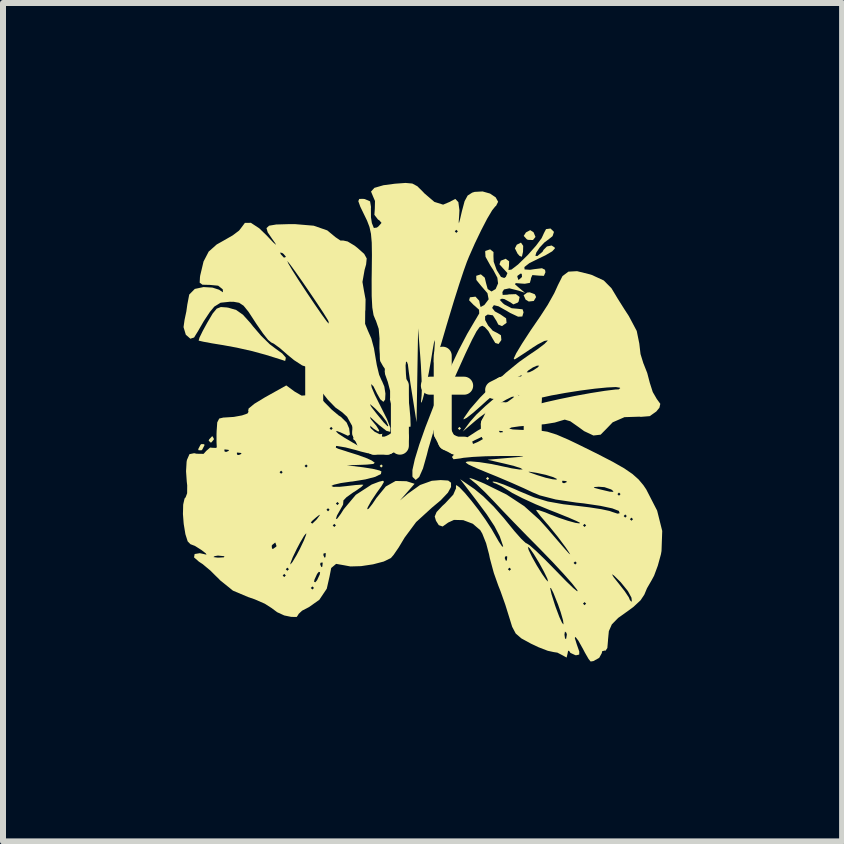
<source format=kicad_pcb>
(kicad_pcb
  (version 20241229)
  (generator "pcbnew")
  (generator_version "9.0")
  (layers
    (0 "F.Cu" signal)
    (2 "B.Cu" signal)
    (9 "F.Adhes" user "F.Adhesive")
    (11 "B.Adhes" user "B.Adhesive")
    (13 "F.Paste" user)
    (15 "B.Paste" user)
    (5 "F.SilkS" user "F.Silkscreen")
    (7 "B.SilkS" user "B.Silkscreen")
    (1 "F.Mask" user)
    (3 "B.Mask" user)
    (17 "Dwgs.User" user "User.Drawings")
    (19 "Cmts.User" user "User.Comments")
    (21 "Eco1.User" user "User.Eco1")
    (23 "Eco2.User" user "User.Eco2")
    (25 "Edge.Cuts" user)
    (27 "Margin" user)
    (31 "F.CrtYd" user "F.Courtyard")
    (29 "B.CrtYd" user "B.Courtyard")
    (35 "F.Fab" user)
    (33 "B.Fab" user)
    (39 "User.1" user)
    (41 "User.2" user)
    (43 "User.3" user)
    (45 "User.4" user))
  (footprint "luta"
    (layer "F.Cu")
    (at 4.01 3.702)
    (property "Reference" "luta" (at 0 0 0) (layer "F.SilkS") (effects (font (size 1.5 1.5) (thickness 0.3))))
    (attr board_only exclude_from_pos_files exclude_from_bom)
    (fp_poly (pts (xy -0.678 1.017) (xy -0.704 1.043) (xy -0.73 1.017) (xy -0.704 0.991)) (stroke (width 0) (type solid)) (fill yes) (layer "F.SilkS"))
    (fp_poly (pts (xy 0.626 0.391) (xy 0.6 0.417) (xy 0.574 0.391) (xy 0.6 0.365)) (stroke (width 0) (type solid)) (fill yes) (layer "F.SilkS"))
    (fp_poly (pts (xy 1.095 1.226) (xy 1.069 1.252) (xy 1.043 1.226) (xy 1.069 1.2)) (stroke (width 0) (type solid)) (fill yes) (layer "F.SilkS"))
    (fp_poly (pts (xy -3.655 0.654) (xy -3.651 0.672) (xy -3.689 0.746) (xy -3.703 0.756) (xy -3.751 0.754) (xy -3.755 0.736) (xy -3.717 0.663) (xy -3.703 0.652)) (stroke (width 0) (type solid)) (fill yes) (layer "F.SilkS"))
    (fp_poly (pts (xy -3.495 0.562) (xy -3.494 0.574) (xy -3.535 0.624) (xy -3.55 0.626) (xy -3.581 0.594) (xy -3.573 0.574) (xy -3.526 0.524) (xy -3.517 0.522)) (stroke (width 0) (type solid)) (fill yes) (layer "F.SilkS"))
    (fp_poly (pts (xy 1.663 -2.653) (xy 1.66 -2.552) (xy 1.641 -2.471) (xy 1.603 -2.485) (xy 1.569 -2.523) (xy 1.525 -2.611) (xy 1.556 -2.672) (xy 1.626 -2.707)) (stroke (width 0) (type solid)) (fill yes) (layer "F.SilkS"))
    (fp_poly (pts (xy 1.836 -2.879) (xy 1.868 -2.802) (xy 1.826 -2.75) (xy 1.742 -2.753) (xy 1.721 -2.764) (xy 1.672 -2.819) (xy 1.709 -2.877) (xy 1.78 -2.915)) (stroke (width 0) (type solid)) (fill yes) (layer "F.SilkS"))
    (fp_poly (pts (xy 1.858 -1.845) (xy 1.878 -1.799) (xy 1.839 -1.734) (xy 1.756 -1.725) (xy 1.704 -1.756) (xy 1.67 -1.83) (xy 1.729 -1.874) (xy 1.773 -1.878)) (stroke (width 0) (type solid)) (fill yes) (layer "F.SilkS"))
    (fp_poly (pts (xy -3.279 -1.626) (xy -3.25 -1.621) (xy -3.123 -1.584) (xy -3.01 -1.505) (xy -2.882 -1.363) (xy -2.845 -1.315) (xy -2.706 -1.153) (xy -2.562 -1.012) (xy -2.464 -0.938) (xy -2.355 -0.859) (xy -2.297 -0.793) (xy -2.295 -0.783) (xy -2.305 -0.735) (xy -2.308 -0.735) (xy -2.36 -0.752) (xy -2.484 -0.791) (xy -2.632 -0.837) (xy -2.851 -0.897) (xy -3.113 -0.956) (xy -3.336 -0.997) (xy -3.526 -1.028) (xy -3.671 -1.055) (xy -3.744 -1.072) (xy -3.748 -1.074) (xy -3.734 -1.123) (xy -3.679 -1.236) (xy -3.605 -1.371) (xy -3.514 -1.525) (xy -3.447 -1.606) (xy -3.378 -1.633)) (stroke (width 0) (type solid)) (fill yes) (layer "F.SilkS"))
    (fp_poly (pts (xy -0.186 -3.692) (xy -0.102 -3.647) (xy -0.009 -3.555) (xy 0.016 -3.528) (xy 0.182 -3.386) (xy 0.328 -3.34) (xy 0.449 -3.391) (xy 0.454 -3.396) (xy 0.532 -3.435) (xy 0.582 -3.382) (xy 0.6 -3.247) (xy 0.596 -3.168) (xy 0.588 -3.054) (xy 0.591 -3.029) (xy 0.61 -3.096) (xy 0.641 -3.23) (xy 0.686 -3.398) (xy 0.737 -3.492) (xy 0.812 -3.54) (xy 0.854 -3.553) (xy 0.986 -3.56) (xy 1.11 -3.525) (xy 1.204 -3.462) (xy 1.245 -3.388) (xy 1.21 -3.319) (xy 1.198 -3.311) (xy 1.145 -3.245) (xy 1.062 -3.105) (xy 0.963 -2.914) (xy 0.858 -2.696) (xy 0.759 -2.472) (xy 0.724 -2.386) (xy 0.671 -2.238) (xy 0.597 -2.015) (xy 0.511 -1.744) (xy 0.422 -1.45) (xy 0.386 -1.33) (xy 0.301 -1.039) (xy 0.24 -0.84) (xy 0.201 -0.726) (xy 0.179 -0.688) (xy 0.172 -0.718) (xy 0.175 -0.808) (xy 0.18 -0.887) (xy 0.189 -1.027) (xy 0.188 -1.082) (xy 0.177 -1.048) (xy 0.154 -0.919) (xy 0.123 -0.73) (xy 0.089 -0.538) (xy 0.052 -0.357) (xy 0.016 -0.203) (xy -0.014 -0.091) (xy -0.034 -0.036) (xy -0.041 -0.053) (xy -0.031 -0.156) (xy -0.027 -0.265) (xy -0.032 -0.446) (xy -0.043 -0.669) (xy -0.051 -0.782) (xy -0.089 -1.278) (xy -0.102 -0.495) (xy -0.115 0.287) (xy -0.185 -0.156) (xy -0.218 -0.367) (xy -0.243 -0.543) (xy -0.257 -0.655) (xy -0.259 -0.674) (xy -0.277 -0.723) (xy -0.291 -0.717) (xy -0.298 -0.656) (xy -0.292 -0.515) (xy -0.274 -0.319) (xy -0.259 -0.191) (xy -0.234 0.029) (xy -0.218 0.213) (xy -0.214 0.334) (xy -0.217 0.364) (xy -0.257 0.362) (xy -0.338 0.292) (xy -0.411 0.209) (xy -0.528 0.034) (xy -0.559 -0.094) (xy -0.556 -0.116) (xy -0.556 -0.237) (xy -0.595 -0.386) (xy -0.6 -0.399) (xy -0.64 -0.512) (xy -0.647 -0.571) (xy -0.643 -0.574) (xy -0.645 -0.606) (xy -0.673 -0.646) (xy -0.721 -0.731) (xy -0.726 -0.764) (xy -0.728 -0.855) (xy -0.729 -0.861) (xy -0.734 -0.944) (xy -0.733 -1.081) (xy -0.732 -1.104) (xy -0.746 -1.269) (xy -0.794 -1.41) (xy -0.799 -1.417) (xy -0.832 -1.498) (xy -0.853 -1.625) (xy -0.863 -1.815) (xy -0.864 -2.085) (xy -0.862 -2.217) (xy -0.859 -2.502) (xy -0.862 -2.706) (xy -0.875 -2.854) (xy -0.884 -2.895) (xy 0.522 -2.895) (xy 0.548 -2.869) (xy 0.574 -2.895) (xy 0.548 -2.921) (xy 0.522 -2.895) (xy -0.884 -2.895) (xy -0.9 -2.968) (xy -0.94 -3.073) (xy -0.973 -3.141) (xy -1.053 -3.306) (xy -1.086 -3.398) (xy -1.071 -3.435) (xy -1.01 -3.437) (xy -0.978 -3.433) (xy -0.89 -3.395) (xy -0.874 -3.299) (xy -0.876 -3.286) (xy -0.875 -3.129) (xy -0.86 -3.033) (xy -0.827 -2.951) (xy -0.776 -2.958) (xy -0.751 -2.977) (xy -0.699 -3.036) (xy -0.737 -3.08) (xy -0.757 -3.091) (xy -0.818 -3.17) (xy -0.811 -3.27) (xy -0.808 -3.401) (xy -0.84 -3.476) (xy -0.874 -3.558) (xy -0.818 -3.62) (xy -0.666 -3.664) (xy -0.476 -3.689) (xy -0.298 -3.702)) (stroke (width 0) (type solid)) (fill yes) (layer "F.SilkS"))
    (fp_poly (pts (xy 2.176 -2.886) (xy 2.176 -2.885) (xy 2.153 -2.815) (xy 2.097 -2.77) (xy 2.015 -2.708) (xy 1.937 -2.624) (xy 1.882 -2.542) (xy 1.866 -2.487) (xy 1.899 -2.483) (xy 1.985 -2.554) (xy 2.002 -2.586) (xy 2.059 -2.643) (xy 2.137 -2.659) (xy 2.188 -2.626) (xy 2.191 -2.609) (xy 2.147 -2.562) (xy 2.033 -2.495) (xy 1.93 -2.446) (xy 1.766 -2.365) (xy 1.683 -2.3) (xy 1.686 -2.26) (xy 1.777 -2.254) (xy 1.852 -2.265) (xy 1.976 -2.28) (xy 2.027 -2.254) (xy 2.034 -2.213) (xy 2.008 -2.153) (xy 1.916 -2.157) (xy 1.91 -2.158) (xy 1.816 -2.166) (xy 1.792 -2.113) (xy 1.792 -2.099) (xy 1.774 -2.036) (xy 1.689 -2.021) (xy 1.643 -2.024) (xy 1.538 -2.032) (xy 1.526 -2.012) (xy 1.591 -1.955) (xy 1.695 -1.869) (xy 1.591 -1.905) (xy 1.432 -1.945) (xy 1.343 -1.926) (xy 1.316 -1.883) (xy 1.321 -1.835) (xy 1.401 -1.839) (xy 1.424 -1.844) (xy 1.542 -1.848) (xy 1.603 -1.801) (xy 1.587 -1.725) (xy 1.571 -1.706) (xy 1.499 -1.677) (xy 1.45 -1.711) (xy 1.349 -1.766) (xy 1.307 -1.772) (xy 1.272 -1.753) (xy 1.326 -1.695) (xy 1.351 -1.675) (xy 1.471 -1.613) (xy 1.572 -1.604) (xy 1.653 -1.595) (xy 1.669 -1.545) (xy 1.648 -1.475) (xy 1.578 -1.472) (xy 1.445 -1.535) (xy 1.396 -1.564) (xy 1.252 -1.645) (xy 1.174 -1.664) (xy 1.148 -1.625) (xy 1.147 -1.616) (xy 1.191 -1.56) (xy 1.282 -1.511) (xy 1.378 -1.445) (xy 1.386 -1.37) (xy 1.31 -1.315) (xy 1.248 -1.34) (xy 1.216 -1.403) (xy 1.157 -1.495) (xy 1.071 -1.508) (xy 1.028 -1.48) (xy 1.028 -1.417) (xy 1.079 -1.324) (xy 1.155 -1.239) (xy 1.229 -1.2) (xy 1.232 -1.2) (xy 1.292 -1.162) (xy 1.299 -1.083) (xy 1.252 -1.017) (xy 1.197 -1.034) (xy 1.153 -1.107) (xy 1.082 -1.233) (xy 1.022 -1.299) (xy 0.981 -1.321) (xy 0.938 -1.301) (xy 0.885 -1.228) (xy 0.81 -1.087) (xy 0.704 -0.865) (xy 0.699 -0.854) (xy 0.479 -0.366) (xy 0.306 0.05) (xy 0.176 0.412) (xy 0.08 0.736) (xy 0.057 0.829) (xy -0.008 1.059) (xy -0.071 1.201) (xy -0.129 1.25) (xy -0.179 1.202) (xy -0.184 1.189) (xy -0.184 1.085) (xy -0.144 0.904) (xy -0.07 0.662) (xy 0.031 0.375) (xy 0.154 0.058) (xy 0.292 -0.273) (xy 0.438 -0.601) (xy 0.585 -0.91) (xy 0.729 -1.185) (xy 0.861 -1.41) (xy 0.87 -1.424) (xy 0.93 -1.526) (xy 0.927 -1.588) (xy 0.855 -1.653) (xy 0.84 -1.664) (xy 0.761 -1.746) (xy 0.775 -1.795) (xy 0.868 -1.806) (xy 0.93 -1.738) (xy 0.939 -1.686) (xy 0.953 -1.633) (xy 1.01 -1.664) (xy 1.017 -1.669) (xy 1.087 -1.762) (xy 1.067 -1.864) (xy 0.964 -1.983) (xy 0.882 -2.084) (xy 0.88 -2.153) (xy 0.881 -2.154) (xy 0.957 -2.178) (xy 1.022 -2.123) (xy 1.043 -2.034) (xy 1.071 -1.933) (xy 1.135 -1.892) (xy 1.202 -1.932) (xy 1.205 -1.936) (xy 1.244 -2.027) (xy 1.232 -2.123) (xy 1.162 -2.254) (xy 1.118 -2.321) (xy 1.035 -2.47) (xy 1.029 -2.56) (xy 1.035 -2.569) (xy 1.112 -2.595) (xy 1.168 -2.55) (xy 1.167 -2.48) (xy 1.171 -2.389) (xy 1.217 -2.26) (xy 1.226 -2.241) (xy 1.293 -2.135) (xy 1.347 -2.117) (xy 1.374 -2.136) (xy 1.375 -2.138) (xy 1.565 -2.138) (xy 1.582 -2.088) (xy 1.588 -2.086) (xy 1.632 -2.123) (xy 1.643 -2.138) (xy 1.639 -2.186) (xy 1.62 -2.191) (xy 1.567 -2.153) (xy 1.565 -2.138) (xy 1.375 -2.138) (xy 1.4 -2.199) (xy 1.337 -2.269) (xy 1.333 -2.272) (xy 1.267 -2.345) (xy 1.289 -2.405) (xy 1.37 -2.438) (xy 1.428 -2.396) (xy 1.426 -2.319) (xy 1.417 -2.25) (xy 1.468 -2.258) (xy 1.577 -2.342) (xy 1.737 -2.498) (xy 1.749 -2.511) (xy 1.877 -2.656) (xy 1.97 -2.781) (xy 2.007 -2.861) (xy 2.007 -2.863) (xy 2.044 -2.932) (xy 2.119 -2.942)) (stroke (width 0) (type solid)) (fill yes) (layer "F.SilkS"))
    (fp_poly (pts (xy -2.738 -2.946) (xy -2.619 -2.831) (xy -2.506 -2.712) (xy -2.458 -2.669) (xy -2.472 -2.698) (xy -2.525 -2.773) (xy -2.597 -2.879) (xy -2.617 -2.949) (xy -2.574 -2.989) (xy -2.455 -3.009) (xy -2.249 -3.015) (xy -2.139 -3.015) (xy -1.83 -2.989) (xy -1.604 -2.911) (xy -1.466 -2.797) (xy -1.384 -2.742) (xy -1.338 -2.742) (xy -1.264 -2.726) (xy -1.149 -2.657) (xy -1.097 -2.616) (xy -0.988 -2.519) (xy -0.946 -2.443) (xy -0.956 -2.343) (xy -0.981 -2.255) (xy -1.017 -2.051) (xy -0.992 -1.905) (xy -0.965 -1.76) (xy -0.968 -1.586) (xy -0.971 -1.562) (xy -0.973 -1.353) (xy -0.927 -1.24) (xy -0.869 -1.109) (xy -0.824 -0.941) (xy -0.82 -0.913) (xy -0.778 -0.666) (xy -0.739 -0.504) (xy -0.697 -0.408) (xy -0.691 -0.399) (xy -0.652 -0.306) (xy -0.634 -0.189) (xy -0.639 -0.09) (xy -0.668 -0.052) (xy -0.72 -0.095) (xy -0.779 -0.2) (xy -0.783 -0.21) (xy -0.834 -0.311) (xy -0.87 -0.346) (xy -0.873 -0.344) (xy -0.862 -0.29) (xy -0.811 -0.17) (xy -0.731 -0.009) (xy -0.725 0.002) (xy -0.608 0.235) (xy -0.551 0.383) (xy -0.554 0.448) (xy -0.618 0.431) (xy -0.743 0.332) (xy -0.804 0.277) (xy -0.907 0.182) (xy -0.948 0.151) (xy -0.921 0.187) (xy -0.899 0.211) (xy -0.786 0.346) (xy -0.737 0.426) (xy -0.753 0.445) (xy -0.832 0.394) (xy -0.9 0.336) (xy -1.069 0.183) (xy -0.918 0.35) (xy -0.814 0.446) (xy -0.73 0.488) (xy -0.709 0.485) (xy -0.68 0.48) (xy -0.692 0.496) (xy -0.687 0.56) (xy -0.624 0.654) (xy -0.617 0.661) (xy -0.538 0.763) (xy -0.532 0.806) (xy -0.588 0.79) (xy -0.69 0.709) (xy -0.719 0.682) (xy -0.814 0.593) (xy -0.853 0.578) (xy -0.849 0.626) (xy -0.841 0.693) (xy -0.882 0.704) (xy -0.985 0.672) (xy -1.114 0.616) (xy -1.175 0.567) (xy -1.159 0.54) (xy -1.061 0.547) (xy -0.965 0.564) (xy -0.967 0.554) (xy -1.033 0.524) (xy -1.137 0.437) (xy -1.205 0.32) (xy -1.273 0.197) (xy -1.352 0.124) (xy -1.468 0.042) (xy -1.522 -0.014) (xy -0.901 -0.014) (xy -0.853 0.053) (xy -0.783 0.143) (xy -0.663 0.29) (xy -0.597 0.357) (xy -0.587 0.343) (xy -0.619 0.274) (xy -0.691 0.178) (xy -0.8 0.064) (xy -0.813 0.052) (xy -0.887 -0.012) (xy -0.901 -0.014) (xy -1.522 -0.014) (xy -1.595 -0.089) (xy -1.714 -0.24) (xy -1.803 -0.385) (xy -1.843 -0.496) (xy -1.841 -0.52) (xy -1.842 -0.603) (xy -1.921 -0.626) (xy -1.925 -0.626) (xy -2.023 -0.66) (xy -2.158 -0.748) (xy -2.263 -0.834) (xy -2.392 -0.947) (xy -2.495 -1.022) (xy -2.539 -1.043) (xy -2.589 -1.084) (xy -2.675 -1.193) (xy -2.782 -1.347) (xy -2.805 -1.382) (xy -2.917 -1.554) (xy -2.999 -1.655) (xy -3.073 -1.704) (xy -3.162 -1.72) (xy -3.229 -1.721) (xy -3.382 -1.705) (xy -3.487 -1.64) (xy -3.56 -1.552) (xy -3.661 -1.4) (xy -3.746 -1.253) (xy -3.754 -1.239) (xy -3.824 -1.125) (xy -3.886 -1.105) (xy -3.962 -1.171) (xy -3.962 -1.171) (xy -4 -1.298) (xy -3.983 -1.419) (xy -3.953 -1.561) (xy -3.938 -1.667) (xy -3.938 -1.669) (xy -3.905 -1.841) (xy -3.812 -1.935) (xy -3.666 -1.966) (xy -3.517 -1.957) (xy -3.406 -1.921) (xy -3.397 -1.914) (xy -3.342 -1.879) (xy -3.346 -1.925) (xy -3.348 -1.93) (xy -3.423 -1.989) (xy -3.562 -2.002) (xy -3.685 -2.005) (xy -3.731 -2.039) (xy -3.726 -2.132) (xy -3.722 -2.159) (xy -3.666 -2.394) (xy -3.663 -2.399) (xy -2.27 -2.399) (xy -2.253 -2.359) (xy -2.188 -2.249) (xy -2.084 -2.085) (xy -1.953 -1.886) (xy -1.948 -1.878) (xy -1.812 -1.676) (xy -1.698 -1.511) (xy -1.616 -1.398) (xy -1.58 -1.356) (xy -1.58 -1.356) (xy -1.582 -1.392) (xy -1.597 -1.421) (xy -1.669 -1.537) (xy -1.773 -1.695) (xy -1.894 -1.874) (xy -2.018 -2.055) (xy -2.131 -2.216) (xy -2.218 -2.336) (xy -2.266 -2.396) (xy -2.27 -2.399) (xy -3.663 -2.399) (xy -3.589 -2.541) (xy -2.391 -2.541) (xy -2.378 -2.512) (xy -2.326 -2.456) (xy -2.295 -2.467) (xy -2.295 -2.474) (xy -2.332 -2.518) (xy -2.355 -2.535) (xy -2.391 -2.541) (xy -3.589 -2.541) (xy -3.582 -2.556) (xy -3.447 -2.676) (xy -3.328 -2.743) (xy -3.18 -2.828) (xy -3.075 -2.907) (xy -3.045 -2.945) (xy -2.977 -3.036) (xy -2.877 -3.037)) (stroke (width 0) (type solid)) (fill yes) (layer "F.SilkS"))
    (fp_poly (pts (xy -2.147 -0.223) (xy -2.031 -0.156) (xy -1.942 -0.162) (xy -1.912 -0.177) (xy -1.842 -0.2) (xy -1.768 -0.165) (xy -1.664 -0.06) (xy -1.652 -0.047) (xy -1.528 0.079) (xy -1.412 0.176) (xy -1.375 0.199) (xy -1.28 0.294) (xy -1.239 0.39) (xy -1.226 0.493) (xy -1.259 0.514) (xy -1.359 0.468) (xy -1.438 0.436) (xy -1.46 0.441) (xy -1.419 0.479) (xy -1.31 0.55) (xy -1.174 0.63) (xy -1.025 0.716) (xy -0.922 0.781) (xy -0.887 0.808) (xy -0.931 0.804) (xy -1.045 0.776) (xy -1.13 0.751) (xy -1.298 0.708) (xy -1.44 0.684) (xy -1.482 0.682) (xy -1.494 0.696) (xy -1.421 0.73) (xy -1.279 0.775) (xy -1.278 0.776) (xy -1.093 0.834) (xy -0.937 0.891) (xy -0.861 0.927) (xy -0.812 0.963) (xy -0.835 0.983) (xy -0.941 0.994) (xy -1.017 0.997) (xy -1.278 1.006) (xy -1.007 1.039) (xy -0.847 1.064) (xy -0.733 1.092) (xy -0.701 1.108) (xy -0.709 1.151) (xy -0.804 1.198) (xy -0.969 1.241) (xy -1.186 1.276) (xy -1.212 1.278) (xy -1.378 1.302) (xy -1.496 1.33) (xy -1.535 1.35) (xy -1.502 1.365) (xy -1.394 1.364) (xy -1.288 1.353) (xy -1.133 1.335) (xy -1.028 1.328) (xy -1.001 1.331) (xy -1.031 1.363) (xy -1.124 1.429) (xy -1.174 1.46) (xy -1.282 1.537) (xy -1.335 1.592) (xy -1.335 1.604) (xy -1.34 1.661) (xy -1.384 1.74) (xy -1.442 1.843) (xy -1.46 1.902) (xy -1.436 1.894) (xy -1.377 1.814) (xy -1.329 1.738) (xy -1.128 1.498) (xy -0.863 1.326) (xy -0.739 1.279) (xy -0.673 1.263) (xy -0.658 1.282) (xy -0.699 1.352) (xy -0.779 1.463) (xy -0.87 1.599) (xy -0.928 1.704) (xy -0.939 1.739) (xy -0.914 1.73) (xy -0.851 1.65) (xy -0.784 1.55) (xy -0.628 1.359) (xy -0.464 1.267) (xy -0.283 1.271) (xy -0.26 1.278) (xy -0.148 1.314) (xy -0.269 1.452) (xy -0.391 1.591) (xy -0.261 1.48) (xy -0.056 1.334) (xy 0.139 1.264) (xy 0.287 1.252) (xy 0.412 1.26) (xy 0.46 1.296) (xy 0.46 1.367) (xy 0.408 1.462) (xy 0.287 1.59) (xy 0.141 1.712) (xy -0.122 1.952) (xy -0.316 2.214) (xy -0.318 2.218) (xy -0.413 2.376) (xy -0.498 2.5) (xy -0.543 2.552) (xy -0.662 2.61) (xy -0.841 2.657) (xy -1.04 2.687) (xy -1.218 2.692) (xy -1.325 2.672) (xy -1.456 2.649) (xy -1.538 2.718) (xy -1.565 2.856) (xy -1.612 3.063) (xy -1.736 3.248) (xy -1.907 3.369) (xy -2.024 3.43) (xy -2.084 3.486) (xy -2.086 3.495) (xy -2.113 3.534) (xy -2.205 3.533) (xy -2.321 3.509) (xy -2.439 3.455) (xy -2.533 3.385) (xy -2.644 3.314) (xy -2.811 3.241) (xy -2.924 3.202) (xy -3.177 3.095) (xy -3.231 3.051) (xy -1.878 3.051) (xy -1.852 3.077) (xy -1.825 3.051) (xy -1.852 3.025) (xy -1.878 3.051) (xy -3.231 3.051) (xy -3.36 2.947) (xy -1.824 2.947) (xy -1.802 2.956) (xy -1.773 2.921) (xy -1.729 2.826) (xy -1.723 2.79) (xy -1.744 2.781) (xy -1.773 2.816) (xy -1.817 2.912) (xy -1.824 2.947) (xy -3.36 2.947) (xy -3.39 2.923) (xy -3.416 2.895) (xy -3.47 2.843) (xy -2.347 2.843) (xy -2.321 2.869) (xy -2.295 2.843) (xy -2.321 2.816) (xy -2.347 2.843) (xy -3.47 2.843) (xy -3.552 2.761) (xy -3.58 2.738) (xy -2.295 2.738) (xy -2.269 2.764) (xy -2.243 2.738) (xy -2.269 2.712) (xy -2.295 2.738) (xy -3.58 2.738) (xy -3.673 2.66) (xy -2.218 2.66) (xy -2.183 2.617) (xy -2.118 2.508) (xy -2.115 2.503) (xy -1.669 2.503) (xy -1.65 2.546) (xy -1.634 2.538) (xy -1.628 2.476) (xy -1.634 2.469) (xy -1.665 2.476) (xy -1.669 2.503) (xy -2.115 2.503) (xy -2.06 2.399) (xy -1.993 2.258) (xy -1.956 2.163) (xy -1.954 2.138) (xy -1.99 2.181) (xy -2.055 2.291) (xy -2.112 2.399) (xy -2.18 2.54) (xy -2.217 2.635) (xy -2.218 2.66) (xy -1.721 2.66) (xy -1.702 2.703) (xy -1.686 2.695) (xy -1.68 2.633) (xy -1.686 2.625) (xy -1.717 2.632) (xy -1.721 2.66) (xy -2.218 2.66) (xy -3.673 2.66) (xy -3.68 2.654) (xy -3.744 2.612) (xy -3.825 2.541) (xy -3.824 2.536) (xy -3.502 2.536) (xy -3.432 2.545) (xy -3.416 2.545) (xy -3.327 2.54) (xy -3.319 2.524) (xy -3.324 2.521) (xy -3.427 2.511) (xy -3.48 2.52) (xy -3.502 2.536) (xy -3.824 2.536) (xy -3.815 2.485) (xy -3.729 2.471) (xy -3.686 2.48) (xy -3.617 2.496) (xy -3.628 2.475) (xy -3.703 2.417) (xy -3.811 2.349) (xy -3.817 2.347) (xy -2.53 2.347) (xy -2.525 2.395) (xy -2.507 2.399) (xy -2.453 2.361) (xy -2.451 2.347) (xy -2.469 2.296) (xy -2.474 2.295) (xy -2.519 2.331) (xy -2.53 2.347) (xy -3.817 2.347) (xy -3.885 2.321) (xy -3.931 2.274) (xy -3.969 2.154) (xy -3.993 2.008) (xy -1.513 2.008) (xy -1.486 2.034) (xy -1.46 2.008) (xy -1.486 1.982) (xy -1.513 2.008) (xy -3.993 2.008) (xy -3.996 1.991) (xy -3.999 1.962) (xy -1.878 1.962) (xy -1.852 1.978) (xy -1.783 1.911) (xy -1.767 1.891) (xy -1.722 1.829) (xy -1.749 1.842) (xy -1.786 1.871) (xy -1.859 1.935) (xy -1.878 1.962) (xy -3.999 1.962) (xy -4.01 1.817) (xy -4.008 1.747) (xy -1.617 1.747) (xy -1.591 1.773) (xy -1.565 1.747) (xy -1.591 1.721) (xy -1.617 1.747) (xy -4.008 1.747) (xy -4.006 1.663) (xy -4.002 1.643) (xy -1.46 1.643) (xy -1.434 1.669) (xy -1.408 1.643) (xy -1.434 1.617) (xy -1.46 1.643) (xy -4.002 1.643) (xy -3.983 1.56) (xy -3.965 1.539) (xy -3.94 1.472) (xy -3.939 1.339) (xy -3.946 1.279) (xy -3.957 1.121) (xy -2.399 1.121) (xy -2.373 1.147) (xy -2.347 1.121) (xy -2.373 1.095) (xy -2.399 1.121) (xy -3.957 1.121) (xy -3.958 1.103) (xy -3.953 1.017) (xy -1.982 1.017) (xy -1.956 1.043) (xy -1.93 1.017) (xy -1.956 0.991) (xy -1.982 1.017) (xy -3.953 1.017) (xy -3.949 0.948) (xy -3.943 0.916) (xy -3.901 0.82) (xy -3.823 0.804) (xy -3.781 0.813) (xy -3.666 0.815) (xy -3.652 0.8) (xy -3.112 0.8) (xy -3.105 0.831) (xy -3.077 0.834) (xy -3.034 0.815) (xy -3.042 0.8) (xy -3.104 0.793) (xy -3.112 0.8) (xy -3.652 0.8) (xy -3.621 0.765) (xy -3.601 0.748) (xy -3.321 0.748) (xy -3.313 0.779) (xy -3.286 0.782) (xy -3.243 0.763) (xy -3.251 0.748) (xy -3.313 0.741) (xy -3.321 0.748) (xy -3.601 0.748) (xy -3.557 0.71) (xy -3.514 0.714) (xy -3.453 0.716) (xy -3.446 0.697) (xy -3.45 0.621) (xy -3.45 0.483) (xy -3.448 0.43) (xy -3.445 0.391) (xy -1.565 0.391) (xy -1.539 0.417) (xy -1.513 0.391) (xy -1.539 0.365) (xy -1.565 0.391) (xy -3.445 0.391) (xy -3.438 0.29) (xy -3.405 0.226) (xy -3.333 0.209) (xy -3.318 0.209) (xy -3.162 0.199) (xy -3.025 0.174) (xy -2.934 0.142) (xy -2.915 0.11) (xy -2.923 0.103) (xy -2.915 0.059) (xy -2.819 -0.02) (xy -2.64 -0.129) (xy -2.636 -0.131) (xy -2.287 -0.326)) (stroke (width 0) (type solid)) (fill yes) (layer "F.SilkS"))
    (fp_poly (pts (xy 2.771 -2.179) (xy 2.807 -2.168) (xy 3.006 -2.076) (xy 3.134 -1.947) (xy 3.153 -1.916) (xy 3.237 -1.776) (xy 3.349 -1.598) (xy 3.425 -1.481) (xy 3.556 -1.234) (xy 3.599 -1.023) (xy 3.599 -1.022) (xy 3.619 -0.849) (xy 3.667 -0.694) (xy 3.67 -0.688) (xy 3.731 -0.533) (xy 3.774 -0.369) (xy 3.823 -0.216) (xy 3.892 -0.097) (xy 3.894 -0.095) (xy 3.949 -0.019) (xy 3.934 0.046) (xy 3.882 0.109) (xy 3.773 0.186) (xy 3.625 0.198) (xy 3.6 0.195) (xy 3.352 0.203) (xy 3.155 0.289) (xy 3.053 0.395) (xy 2.954 0.495) (xy 2.834 0.509) (xy 2.679 0.436) (xy 2.583 0.366) (xy 2.449 0.272) (xy 2.356 0.244) (xy 2.29 0.263) (xy 2.19 0.293) (xy 2.022 0.32) (xy 1.822 0.338) (xy 1.82 0.338) (xy 1.598 0.356) (xy 1.466 0.375) (xy 1.43 0.394) (xy 1.49 0.408) (xy 1.649 0.416) (xy 1.739 0.417) (xy 1.915 0.423) (xy 2.064 0.445) (xy 2.22 0.494) (xy 2.415 0.578) (xy 2.57 0.652) (xy 2.904 0.817) (xy 3.159 0.949) (xy 3.348 1.057) (xy 3.485 1.151) (xy 3.586 1.241) (xy 3.666 1.336) (xy 3.714 1.407) (xy 3.896 1.761) (xy 3.981 2.1) (xy 3.969 2.435) (xy 3.959 2.491) (xy 3.907 2.68) (xy 3.845 2.847) (xy 3.805 2.921) (xy 3.727 3.056) (xy 3.682 3.163) (xy 3.62 3.256) (xy 3.501 3.367) (xy 3.428 3.421) (xy 3.247 3.55) (xy 3.141 3.658) (xy 3.091 3.771) (xy 3.077 3.916) (xy 3.077 3.925) (xy 3.066 4.052) (xy 3.035 4.098) (xy 3.025 4.094) (xy 2.98 4.105) (xy 2.973 4.138) (xy 2.93 4.216) (xy 2.833 4.27) (xy 2.787 4.277) (xy 2.753 4.235) (xy 2.692 4.129) (xy 2.66 4.068) (xy 2.583 3.93) (xy 2.535 3.867) (xy 2.523 3.884) (xy 2.555 3.987) (xy 2.557 3.993) (xy 2.598 4.111) (xy 2.597 4.161) (xy 2.55 4.172) (xy 2.534 4.172) (xy 2.45 4.133) (xy 2.434 4.107) (xy 2.412 4.095) (xy 2.403 4.144) (xy 2.387 4.211) (xy 2.338 4.185) (xy 2.337 4.183) (xy 2.233 4.129) (xy 2.172 4.12) (xy 2.072 4.098) (xy 1.919 4.039) (xy 1.792 3.979) (xy 1.633 3.892) (xy 1.56 3.829) (xy 2.351 3.829) (xy 2.361 3.897) (xy 2.379 3.898) (xy 2.391 3.828) (xy 2.383 3.798) (xy 2.359 3.778) (xy 2.351 3.829) (xy 1.56 3.829) (xy 1.538 3.81) (xy 1.479 3.698) (xy 1.433 3.549) (xy 1.365 3.331) (xy 1.285 3.105) (xy 1.266 3.057) (xy 2.113 3.057) (xy 2.135 3.154) (xy 2.192 3.335) (xy 2.207 3.378) (xy 2.266 3.535) (xy 2.312 3.635) (xy 2.336 3.659) (xy 2.336 3.658) (xy 2.327 3.589) (xy 2.288 3.454) (xy 2.24 3.315) (xy 2.238 3.312) (xy 2.66 3.312) (xy 2.686 3.338) (xy 2.712 3.312) (xy 2.686 3.286) (xy 2.66 3.312) (xy 2.238 3.312) (xy 2.167 3.134) (xy 2.124 3.049) (xy 2.113 3.057) (xy 1.266 3.057) (xy 1.248 3.012) (xy 1.174 2.803) (xy 1.156 2.738) (xy 1.408 2.738) (xy 1.434 2.764) (xy 1.46 2.738) (xy 1.434 2.712) (xy 1.408 2.738) (xy 1.156 2.738) (xy 1.111 2.571) (xy 1.107 2.556) (xy 1.356 2.556) (xy 1.375 2.599) (xy 1.391 2.59) (xy 1.397 2.529) (xy 1.391 2.521) (xy 1.36 2.528) (xy 1.356 2.556) (xy 1.107 2.556) (xy 1.094 2.491) (xy 1.06 2.363) (xy 1.74 2.363) (xy 1.753 2.415) (xy 1.809 2.531) (xy 1.889 2.674) (xy 1.979 2.819) (xy 2.048 2.917) (xy 2.079 2.945) (xy 2.065 2.894) (xy 2.009 2.779) (xy 1.93 2.634) (xy 1.841 2.488) (xy 1.773 2.39) (xy 1.74 2.363) (xy 1.06 2.363) (xy 1.045 2.306) (xy 0.981 2.145) (xy 0.947 2.087) (xy 0.822 1.98) (xy 0.663 1.92) (xy 0.509 1.916) (xy 0.413 1.96) (xy 0.32 2.026) (xy 0.256 2.004) (xy 0.209 1.931) (xy 0.188 1.859) (xy 0.219 1.785) (xy 0.315 1.683) (xy 0.361 1.641) (xy 0.497 1.495) (xy 0.544 1.387) (xy 0.541 1.366) (xy 0.547 1.334) (xy 0.6 1.372) (xy 0.689 1.465) (xy 0.799 1.596) (xy 0.919 1.75) (xy 1.035 1.913) (xy 1.135 2.067) (xy 1.174 2.135) (xy 1.257 2.279) (xy 1.311 2.359) (xy 1.329 2.362) (xy 1.326 2.347) (xy 1.271 2.188) (xy 1.184 2.02) (xy 1.053 1.82) (xy 0.88 1.588) (xy 0.612 1.237) (xy 0.851 1.402) (xy 0.996 1.522) (xy 1.171 1.694) (xy 1.342 1.888) (xy 1.387 1.944) (xy 1.521 2.108) (xy 1.632 2.233) (xy 1.706 2.302) (xy 1.724 2.309) (xy 1.773 2.341) (xy 1.878 2.434) (xy 2.025 2.576) (xy 2.199 2.753) (xy 2.224 2.779) (xy 2.382 2.941) (xy 2.498 3.053) (xy 2.564 3.107) (xy 2.569 3.095) (xy 2.558 3.077) (xy 2.474 2.971) (xy 2.342 2.822) (xy 3.142 2.822) (xy 3.17 2.87) (xy 3.249 2.969) (xy 3.354 3.103) (xy 3.424 3.208) (xy 3.442 3.252) (xy 3.465 3.279) (xy 3.474 3.271) (xy 3.468 3.213) (xy 3.413 3.11) (xy 3.401 3.093) (xy 3.289 2.955) (xy 3.176 2.843) (xy 3.142 2.822) (xy 2.342 2.822) (xy 2.334 2.813) (xy 2.168 2.634) (xy 2.503 2.634) (xy 2.53 2.66) (xy 2.556 2.634) (xy 2.53 2.608) (xy 2.503 2.634) (xy 2.168 2.634) (xy 2.157 2.622) (xy 1.96 2.419) (xy 1.934 2.392) (xy 1.72 2.176) (xy 1.506 1.956) (xy 1.316 1.758) (xy 1.175 1.608) (xy 1.174 1.607) (xy 1.025 1.453) (xy 0.885 1.32) (xy 0.784 1.238) (xy 0.782 1.237) (xy 0.763 1.215) (xy 0.826 1.233) (xy 0.957 1.286) (xy 1.017 1.312) (xy 1.385 1.493) (xy 1.68 1.687) (xy 1.933 1.914) (xy 2.054 2.048) (xy 2.239 2.263) (xy 2.362 2.405) (xy 2.429 2.479) (xy 2.447 2.491) (xy 2.421 2.448) (xy 2.37 2.373) (xy 2.239 2.197) (xy 2.091 2.015) (xy 2.085 2.008) (xy 2.66 2.008) (xy 2.686 2.034) (xy 2.712 2.008) (xy 2.686 1.982) (xy 2.66 2.008) (xy 2.085 2.008) (xy 2.051 1.969) (xy 1.951 1.852) (xy 1.889 1.77) (xy 1.878 1.749) (xy 1.92 1.753) (xy 2.029 1.79) (xy 2.099 1.819) (xy 2.256 1.88) (xy 2.409 1.931) (xy 2.533 1.965) (xy 2.603 1.975) (xy 2.606 1.962) (xy 2.548 1.933) (xy 2.481 1.904) (xy 3.442 1.904) (xy 3.468 1.93) (xy 3.494 1.904) (xy 3.468 1.878) (xy 3.442 1.904) (xy 2.481 1.904) (xy 2.415 1.875) (xy 2.356 1.852) (xy 3.338 1.852) (xy 3.364 1.878) (xy 3.39 1.852) (xy 3.364 1.825) (xy 3.338 1.852) (xy 2.356 1.852) (xy 2.229 1.8) (xy 2.1 1.75) (xy 1.868 1.654) (xy 1.65 1.554) (xy 1.481 1.467) (xy 1.43 1.435) (xy 1.301 1.355) (xy 1.205 1.309) (xy 1.184 1.304) (xy 1.152 1.285) (xy 1.158 1.276) (xy 1.215 1.284) (xy 1.342 1.328) (xy 1.517 1.401) (xy 1.597 1.437) (xy 1.844 1.54) (xy 2.073 1.609) (xy 2.331 1.655) (xy 2.529 1.678) (xy 2.761 1.706) (xy 2.962 1.737) (xy 3.102 1.767) (xy 3.147 1.783) (xy 3.236 1.812) (xy 3.271 1.805) (xy 3.258 1.766) (xy 3.149 1.724) (xy 2.952 1.682) (xy 2.675 1.641) (xy 2.548 1.627) (xy 2.206 1.576) (xy 1.939 1.507) (xy 1.89 1.486) (xy 3.234 1.486) (xy 3.26 1.513) (xy 3.286 1.486) (xy 3.26 1.46) (xy 3.234 1.486) (xy 1.89 1.486) (xy 1.822 1.458) (xy 1.675 1.389) (xy 1.63 1.369) (xy 2.841 1.369) (xy 2.853 1.383) (xy 2.947 1.408) (xy 3.104 1.445) (xy 3.169 1.449) (xy 3.15 1.422) (xy 3.129 1.408) (xy 3.017 1.37) (xy 2.921 1.363) (xy 2.841 1.369) (xy 1.63 1.369) (xy 1.466 1.296) (xy 1.402 1.269) (xy 2.312 1.269) (xy 2.319 1.3) (xy 2.347 1.304) (xy 2.39 1.285) (xy 2.382 1.269) (xy 2.32 1.263) (xy 2.312 1.269) (xy 1.402 1.269) (xy 1.228 1.195) (xy 1.1 1.143) (xy 1.034 1.116) (xy 1.75 1.116) (xy 1.824 1.144) (xy 1.904 1.172) (xy 2.038 1.213) (xy 2.15 1.238) (xy 2.219 1.245) (xy 2.223 1.232) (xy 2.164 1.203) (xy 2.04 1.165) (xy 1.884 1.131) (xy 1.878 1.13) (xy 1.769 1.113) (xy 1.75 1.116) (xy 1.034 1.116) (xy 0.882 1.053) (xy 0.753 0.994) (xy 0.703 0.959) (xy 0.724 0.944) (xy 0.782 0.94) (xy 0.932 0.953) (xy 1.133 0.984) (xy 1.298 1.019) (xy 1.471 1.056) (xy 1.6 1.076) (xy 1.655 1.075) (xy 1.621 1.053) (xy 1.51 1.017) (xy 1.373 0.983) (xy 1.069 0.913) (xy 1.434 0.881) (xy 1.59 0.867) (xy 1.663 0.858) (xy 1.649 0.853) (xy 1.542 0.851) (xy 1.337 0.851) (xy 1.278 0.851) (xy 1.038 0.855) (xy 0.824 0.866) (xy 0.666 0.881) (xy 0.613 0.891) (xy 0.501 0.905) (xy 0.475 0.867) (xy 0.541 0.792) (xy 0.573 0.768) (xy 0.642 0.702) (xy 0.646 0.68) (xy 0.73 0.68) (xy 0.794 0.664) (xy 0.903 0.618) (xy 0.941 0.598) (xy 1.046 0.537) (xy 1.095 0.495) (xy 1.095 0.493) (xy 1.056 0.499) (xy 0.961 0.537) (xy 0.85 0.59) (xy 0.76 0.64) (xy 0.735 0.659) (xy 0.73 0.68) (xy 0.646 0.68) (xy 0.648 0.666) (xy 0.657 0.612) (xy 0.747 0.529) (xy 0.862 0.454) (xy 1.18 0.454) (xy 1.252 0.461) (xy 1.326 0.453) (xy 1.317 0.435) (xy 1.21 0.428) (xy 1.187 0.435) (xy 1.18 0.454) (xy 0.862 0.454) (xy 0.902 0.428) (xy 1.103 0.316) (xy 1.336 0.203) (xy 1.582 0.098) (xy 1.827 0.011) (xy 1.852 0.003) (xy 2.028 -0.044) (xy 2.263 -0.097) (xy 2.527 -0.151) (xy 2.79 -0.199) (xy 3.025 -0.236) (xy 3.201 -0.258) (xy 3.255 -0.26) (xy 3.281 -0.281) (xy 3.276 -0.288) (xy 3.208 -0.299) (xy 3.062 -0.292) (xy 2.858 -0.272) (xy 2.62 -0.241) (xy 2.371 -0.202) (xy 2.133 -0.159) (xy 1.93 -0.114) (xy 1.888 -0.102) (xy 1.654 -0.03) (xy 1.417 0.058) (xy 1.243 0.135) (xy 1.093 0.204) (xy 1.025 0.219) (xy 1.038 0.188) (xy 1.13 0.116) (xy 1.281 0.022) (xy 1.412 -0.059) (xy 1.496 -0.12) (xy 1.513 -0.139) (xy 1.474 -0.136) (xy 1.375 -0.087) (xy 1.237 -0.004) (xy 1.085 0.098) (xy 0.939 0.204) (xy 0.87 0.26) (xy 0.656 0.443) (xy 0.779 0.277) (xy 0.879 0.164) (xy 1.033 0.018) (xy 1.211 -0.135) (xy 1.246 -0.163) (xy 1.27 -0.183) (xy 1.565 -0.183) (xy 1.591 -0.156) (xy 1.617 -0.183) (xy 1.591 -0.209) (xy 1.565 -0.183) (xy 1.27 -0.183) (xy 1.401 -0.287) (xy 1.825 -0.287) (xy 1.852 -0.261) (xy 1.878 -0.287) (xy 1.852 -0.313) (xy 1.825 -0.287) (xy 1.401 -0.287) (xy 1.452 -0.328) (xy 1.581 -0.434) (xy 1.639 -0.488) (xy 1.632 -0.496) (xy 1.566 -0.464) (xy 1.52 -0.438) (xy 1.402 -0.358) (xy 1.238 -0.228) (xy 1.055 -0.072) (xy 0.976 0) (xy 0.828 0.131) (xy 0.722 0.214) (xy 0.669 0.241) (xy 0.671 0.222) (xy 0.777 0.069) (xy 0.944 -0.123) (xy 1.151 -0.332) (xy 1.374 -0.537) (xy 1.383 -0.544) (xy 1.721 -0.544) (xy 1.759 -0.544) (xy 1.825 -0.574) (xy 1.907 -0.628) (xy 1.93 -0.656) (xy 1.891 -0.655) (xy 1.825 -0.626) (xy 1.743 -0.572) (xy 1.721 -0.544) (xy 1.383 -0.544) (xy 1.593 -0.716) (xy 1.74 -0.82) (xy 1.901 -0.929) (xy 2.017 -1.017) (xy 2.069 -1.07) (xy 2.069 -1.077) (xy 2.014 -1.067) (xy 1.904 -1.009) (xy 1.816 -0.953) (xy 1.673 -0.857) (xy 1.559 -0.783) (xy 1.521 -0.759) (xy 1.505 -0.773) (xy 1.547 -0.863) (xy 1.643 -1.022) (xy 1.788 -1.245) (xy 1.95 -1.481) (xy 2.073 -1.671) (xy 2.181 -1.864) (xy 2.244 -2.002) (xy 2.318 -2.149) (xy 2.417 -2.223) (xy 2.561 -2.231)) (stroke (width 0) (type solid)) (fill yes) (layer "F.SilkS")))
  (gr_rect
    (start -3 -3)
    (end 10.99 10.978)
    (stroke (width 0.1) (type default))
    (fill no)
    (layer "Edge.Cuts")))
</source>
